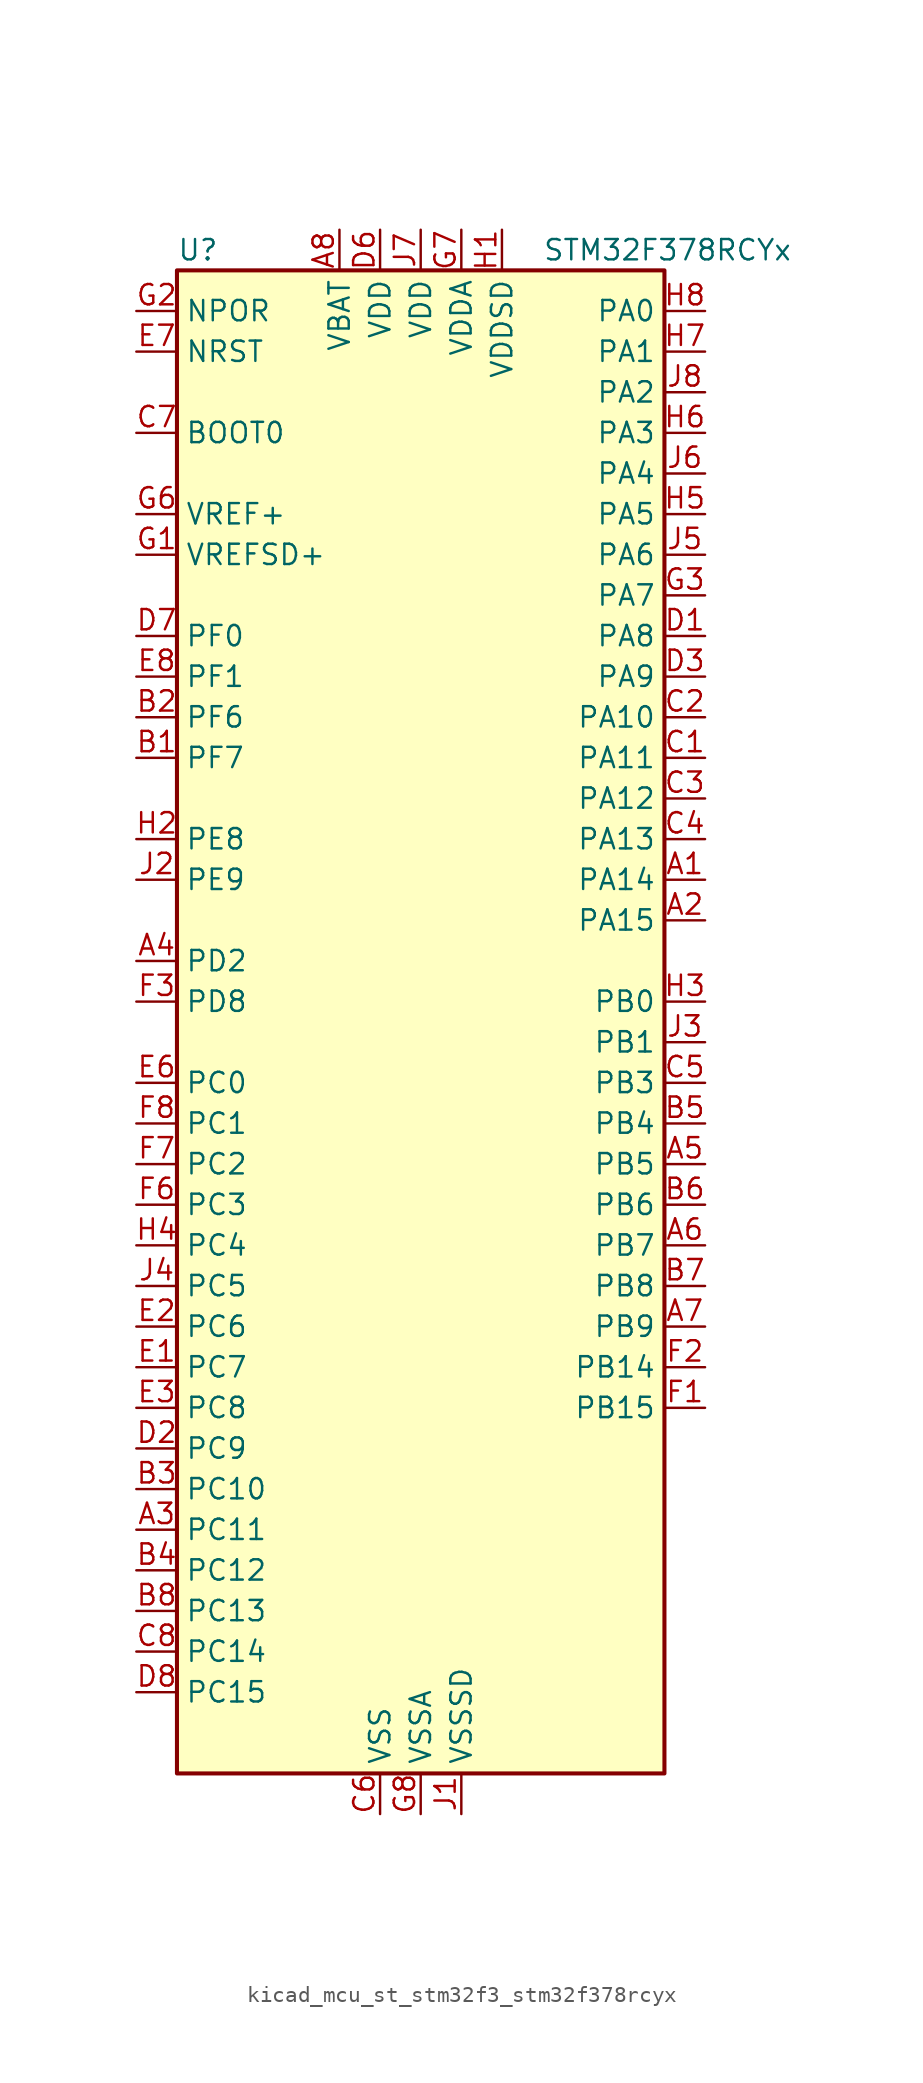
<source format=kicad_sym>
(kicad_symbol_lib
  (version 20220914)
  (generator kicad_symbol_editor)
  (symbol "kicad_mcu_st_stm32f3_stm32f378rcyx"
    (property "Reference" "U"
      (at -15.24 49.53 0)
      (effects (font (size 1.27 1.27)) (justify left)))
    (property "Value" "STM32F378RCYx"
      (at 7.62 49.53 0)
      (effects (font (size 1.27 1.27)) (justify left)))
    (property "ki_locked" ""
      (at 0 0 0)
      (effects (font (size 1.27 1.27))))
    (symbol "kicad_mcu_st_stm32f3_stm32f378rcyx_0_1"
      (rectangle (start -15.24 -45.72) (end 15.24 48.26) (stroke (width 0.254) (type default)) (fill (type background))))
    (symbol "kicad_mcu_st_stm32f3_stm32f378rcyx_1_1"
      (pin bidirectional line (at 17.78 10.16 180) (length 2.54) (name "PA14" (effects (font (size 1.27 1.27)))) (number "A1" (effects (font (size 1.27 1.27)))) (alternate "I2C1_SDA" bidirectional line) (alternate "SYS_JTCK-SWCLK" bidirectional line) (alternate "TIM12_CH1" bidirectional line) (alternate "TSC_G4_IO4" bidirectional line))
      (pin bidirectional line (at 17.78 7.62 180) (length 2.54) (name "PA15" (effects (font (size 1.27 1.27)))) (number "A2" (effects (font (size 1.27 1.27)))) (alternate "ADC1_EXTI15" bidirectional line) (alternate "I2C1_SCL" bidirectional line) (alternate "I2S1_WS" bidirectional line) (alternate "I2S3_WS" bidirectional line) (alternate "SDADC1_EXTI15" bidirectional line) (alternate "SDADC2_EXTI15" bidirectional line) (alternate "SDADC3_EXTI15" bidirectional line) (alternate "SPI1_NSS" bidirectional line) (alternate "SPI3_NSS" bidirectional line) (alternate "SYS_JTDI" bidirectional line) (alternate "TIM12_CH2" bidirectional line) (alternate "TIM2_CH1" bidirectional line) (alternate "TIM2_ETR" bidirectional line) (alternate "TSC_SYNC" bidirectional line))
      (pin bidirectional line (at -17.78 -30.48 0) (length 2.54) (name "PC11" (effects (font (size 1.27 1.27)))) (number "A3" (effects (font (size 1.27 1.27)))) (alternate "ADC1_EXTI11" bidirectional line) (alternate "I2S3_MCK" bidirectional line) (alternate "SDADC1_EXTI11" bidirectional line) (alternate "SDADC2_EXTI11" bidirectional line) (alternate "SDADC3_EXTI11" bidirectional line) (alternate "SPI3_MISO" bidirectional line) (alternate "TIM19_CH2" bidirectional line) (alternate "USART3_RX" bidirectional line))
      (pin bidirectional line (at -17.78 5.08 0) (length 2.54) (name "PD2" (effects (font (size 1.27 1.27)))) (number "A4" (effects (font (size 1.27 1.27)))) (alternate "TIM3_ETR" bidirectional line))
      (pin bidirectional line (at 17.78 -7.62 180) (length 2.54) (name "PB5" (effects (font (size 1.27 1.27)))) (number "A5" (effects (font (size 1.27 1.27)))) (alternate "I2C1_SMBA" bidirectional line) (alternate "I2S1_SD" bidirectional line) (alternate "I2S3_SD" bidirectional line) (alternate "SPI1_MOSI" bidirectional line) (alternate "SPI3_MOSI" bidirectional line) (alternate "TIM16_BKIN" bidirectional line) (alternate "TIM17_CH1" bidirectional line) (alternate "TIM19_ETR" bidirectional line) (alternate "TIM3_CH2" bidirectional line) (alternate "USART2_CK" bidirectional line))
      (pin bidirectional line (at 17.78 -12.7 180) (length 2.54) (name "PB7" (effects (font (size 1.27 1.27)))) (number "A6" (effects (font (size 1.27 1.27)))) (alternate "I2C1_SDA" bidirectional line) (alternate "TIM15_CH2" bidirectional line) (alternate "TIM17_CH1N" bidirectional line) (alternate "TIM19_CH2" bidirectional line) (alternate "TIM3_CH4" bidirectional line) (alternate "TIM4_CH2" bidirectional line) (alternate "TSC_G5_IO4" bidirectional line) (alternate "USART1_RX" bidirectional line))
      (pin bidirectional line (at 17.78 -17.78 180) (length 2.54) (name "PB9" (effects (font (size 1.27 1.27)))) (number "A7" (effects (font (size 1.27 1.27)))) (alternate "CAN_TX" bidirectional line) (alternate "COMP2_OUT" bidirectional line) (alternate "DAC1_EXTI9" bidirectional line) (alternate "DAC2_EXTI9" bidirectional line) (alternate "I2C1_SDA" bidirectional line) (alternate "I2S2_WS" bidirectional line) (alternate "IR_OUT" bidirectional line) (alternate "SPI2_NSS" bidirectional line) (alternate "TIM17_CH1" bidirectional line) (alternate "TIM19_CH4" bidirectional line) (alternate "TIM4_CH4" bidirectional line) (alternate "USART3_RX" bidirectional line))
      (pin power_in line (at -5.08 50.8 270) (length 2.54) (name "VBAT" (effects (font (size 1.27 1.27)))) (number "A8" (effects (font (size 1.27 1.27)))))
      (pin bidirectional line (at -17.78 17.78 0) (length 2.54) (name "PF7" (effects (font (size 1.27 1.27)))) (number "B1" (effects (font (size 1.27 1.27)))) (alternate "I2C2_SDA" bidirectional line) (alternate "USART2_CK" bidirectional line))
      (pin bidirectional line (at -17.78 20.32 0) (length 2.54) (name "PF6" (effects (font (size 1.27 1.27)))) (number "B2" (effects (font (size 1.27 1.27)))) (alternate "I2C2_SCL" bidirectional line) (alternate "I2S1_SD" bidirectional line) (alternate "SPI1_MOSI" bidirectional line) (alternate "TIM4_CH4" bidirectional line) (alternate "USART3_DE" bidirectional line) (alternate "USART3_RTS" bidirectional line))
      (pin bidirectional line (at -17.78 -27.94 0) (length 2.54) (name "PC10" (effects (font (size 1.27 1.27)))) (number "B3" (effects (font (size 1.27 1.27)))) (alternate "I2S3_CK" bidirectional line) (alternate "SPI3_SCK" bidirectional line) (alternate "TIM19_CH1" bidirectional line) (alternate "USART3_TX" bidirectional line))
      (pin bidirectional line (at -17.78 -33.02 0) (length 2.54) (name "PC12" (effects (font (size 1.27 1.27)))) (number "B4" (effects (font (size 1.27 1.27)))) (alternate "I2S3_SD" bidirectional line) (alternate "SPI3_MOSI" bidirectional line) (alternate "TIM19_CH3" bidirectional line) (alternate "USART3_CK" bidirectional line))
      (pin bidirectional line (at 17.78 -5.08 180) (length 2.54) (name "PB4" (effects (font (size 1.27 1.27)))) (number "B5" (effects (font (size 1.27 1.27)))) (alternate "I2S1_MCK" bidirectional line) (alternate "I2S3_MCK" bidirectional line) (alternate "SPI1_MISO" bidirectional line) (alternate "SPI3_MISO" bidirectional line) (alternate "SYS_NJTRST" bidirectional line) (alternate "TIM15_CH1N" bidirectional line) (alternate "TIM16_CH1" bidirectional line) (alternate "TIM17_BKIN" bidirectional line) (alternate "TIM3_CH1" bidirectional line) (alternate "TSC_G5_IO2" bidirectional line) (alternate "USART2_RX" bidirectional line))
      (pin bidirectional line (at 17.78 -10.16 180) (length 2.54) (name "PB6" (effects (font (size 1.27 1.27)))) (number "B6" (effects (font (size 1.27 1.27)))) (alternate "I2C1_SCL" bidirectional line) (alternate "TIM15_CH1" bidirectional line) (alternate "TIM16_CH1N" bidirectional line) (alternate "TIM19_CH1" bidirectional line) (alternate "TIM3_CH3" bidirectional line) (alternate "TIM4_CH1" bidirectional line) (alternate "TSC_G5_IO3" bidirectional line) (alternate "USART1_TX" bidirectional line))
      (pin bidirectional line (at 17.78 -15.24 180) (length 2.54) (name "PB8" (effects (font (size 1.27 1.27)))) (number "B7" (effects (font (size 1.27 1.27)))) (alternate "CAN_RX" bidirectional line) (alternate "CEC" bidirectional line) (alternate "COMP1_OUT" bidirectional line) (alternate "I2C1_SCL" bidirectional line) (alternate "I2S2_CK" bidirectional line) (alternate "SPI2_SCK" bidirectional line) (alternate "TIM16_CH1" bidirectional line) (alternate "TIM19_CH3" bidirectional line) (alternate "TIM4_CH3" bidirectional line) (alternate "TSC_SYNC" bidirectional line) (alternate "USART3_TX" bidirectional line))
      (pin bidirectional line (at -17.78 -35.56 0) (length 2.54) (name "PC13" (effects (font (size 1.27 1.27)))) (number "B8" (effects (font (size 1.27 1.27)))) (alternate "RTC_OUT_ALARM" bidirectional line) (alternate "RTC_OUT_CALIB" bidirectional line) (alternate "RTC_TAMP1" bidirectional line) (alternate "RTC_TS" bidirectional line) (alternate "SYS_WKUP2" bidirectional line))
      (pin bidirectional line (at 17.78 17.78 180) (length 2.54) (name "PA11" (effects (font (size 1.27 1.27)))) (number "C1" (effects (font (size 1.27 1.27)))) (alternate "ADC1_EXTI11" bidirectional line) (alternate "CAN_RX" bidirectional line) (alternate "COMP1_OUT" bidirectional line) (alternate "I2S1_WS" bidirectional line) (alternate "I2S2_WS" bidirectional line) (alternate "SDADC1_EXTI11" bidirectional line) (alternate "SDADC2_EXTI11" bidirectional line) (alternate "SDADC3_EXTI11" bidirectional line) (alternate "SPI1_NSS" bidirectional line) (alternate "SPI2_NSS" bidirectional line) (alternate "TIM4_CH1" bidirectional line) (alternate "TIM5_CH2" bidirectional line) (alternate "USART1_CTS" bidirectional line))
      (pin bidirectional line (at 17.78 20.32 180) (length 2.54) (name "PA10" (effects (font (size 1.27 1.27)))) (number "C2" (effects (font (size 1.27 1.27)))) (alternate "I2C2_SDA" bidirectional line) (alternate "I2S2_SD" bidirectional line) (alternate "SPI2_MOSI" bidirectional line) (alternate "TIM14_CH1" bidirectional line) (alternate "TIM17_BKIN" bidirectional line) (alternate "TIM2_CH4" bidirectional line) (alternate "TSC_G4_IO2" bidirectional line) (alternate "USART1_RX" bidirectional line))
      (pin bidirectional line (at 17.78 15.24 180) (length 2.54) (name "PA12" (effects (font (size 1.27 1.27)))) (number "C3" (effects (font (size 1.27 1.27)))) (alternate "CAN_TX" bidirectional line) (alternate "COMP2_OUT" bidirectional line) (alternate "I2S1_CK" bidirectional line) (alternate "SPI1_SCK" bidirectional line) (alternate "TIM16_CH1" bidirectional line) (alternate "TIM4_CH2" bidirectional line) (alternate "TIM5_CH3" bidirectional line) (alternate "USART1_DE" bidirectional line) (alternate "USART1_RTS" bidirectional line))
      (pin bidirectional line (at 17.78 12.7 180) (length 2.54) (name "PA13" (effects (font (size 1.27 1.27)))) (number "C4" (effects (font (size 1.27 1.27)))) (alternate "I2S1_MCK" bidirectional line) (alternate "IR_OUT" bidirectional line) (alternate "SPI1_MISO" bidirectional line) (alternate "SYS_JTMS-SWDIO" bidirectional line) (alternate "TIM16_CH1N" bidirectional line) (alternate "TIM4_CH3" bidirectional line) (alternate "TIM5_CH4" bidirectional line) (alternate "TSC_G4_IO3" bidirectional line) (alternate "USART3_CTS" bidirectional line))
      (pin bidirectional line (at 17.78 -2.54 180) (length 2.54) (name "PB3" (effects (font (size 1.27 1.27)))) (number "C5" (effects (font (size 1.27 1.27)))) (alternate "I2S1_CK" bidirectional line) (alternate "I2S3_CK" bidirectional line) (alternate "SPI1_SCK" bidirectional line) (alternate "SPI3_SCK" bidirectional line) (alternate "SYS_JTDO-TRACESWO" bidirectional line) (alternate "TIM13_CH1" bidirectional line) (alternate "TIM2_CH2" bidirectional line) (alternate "TIM3_ETR" bidirectional line) (alternate "TIM4_ETR" bidirectional line) (alternate "TSC_G5_IO1" bidirectional line) (alternate "USART2_TX" bidirectional line))
      (pin power_in line (at -2.54 -48.26 90) (length 2.54) (name "VSS" (effects (font (size 1.27 1.27)))) (number "C6" (effects (font (size 1.27 1.27)))))
      (pin input line (at -17.78 38.1 0) (length 2.54) (name "BOOT0" (effects (font (size 1.27 1.27)))) (number "C7" (effects (font (size 1.27 1.27)))))
      (pin bidirectional line (at -17.78 -38.1 0) (length 2.54) (name "PC14" (effects (font (size 1.27 1.27)))) (number "C8" (effects (font (size 1.27 1.27)))) (alternate "RCC_OSC32_IN" bidirectional line))
      (pin bidirectional line (at 17.78 25.4 180) (length 2.54) (name "PA8" (effects (font (size 1.27 1.27)))) (number "D1" (effects (font (size 1.27 1.27)))) (alternate "I2C2_SMBA" bidirectional line) (alternate "I2S2_CK" bidirectional line) (alternate "RCC_MCO" bidirectional line) (alternate "SPI2_SCK" bidirectional line) (alternate "TIM4_ETR" bidirectional line) (alternate "TIM5_CH1" bidirectional line) (alternate "TIM5_ETR" bidirectional line) (alternate "USART1_CK" bidirectional line))
      (pin bidirectional line (at -17.78 -25.4 0) (length 2.54) (name "PC9" (effects (font (size 1.27 1.27)))) (number "D2" (effects (font (size 1.27 1.27)))) (alternate "DAC1_EXTI9" bidirectional line) (alternate "DAC2_EXTI9" bidirectional line) (alternate "I2S1_SD" bidirectional line) (alternate "SPI1_MOSI" bidirectional line) (alternate "TIM3_CH4" bidirectional line))
      (pin bidirectional line (at 17.78 22.86 180) (length 2.54) (name "PA9" (effects (font (size 1.27 1.27)))) (number "D3" (effects (font (size 1.27 1.27)))) (alternate "DAC1_EXTI9" bidirectional line) (alternate "DAC2_EXTI9" bidirectional line) (alternate "I2C2_SCL" bidirectional line) (alternate "I2S2_MCK" bidirectional line) (alternate "SPI2_MISO" bidirectional line) (alternate "TIM13_CH1" bidirectional line) (alternate "TIM15_BKIN" bidirectional line) (alternate "TIM2_CH3" bidirectional line) (alternate "TSC_G4_IO1" bidirectional line) (alternate "USART1_TX" bidirectional line))
      (pin power_in line (at -2.54 50.8 270) (length 2.54) (name "VDD" (effects (font (size 1.27 1.27)))) (number "D6" (effects (font (size 1.27 1.27)))))
      (pin bidirectional line (at -17.78 25.4 0) (length 2.54) (name "PF0" (effects (font (size 1.27 1.27)))) (number "D7" (effects (font (size 1.27 1.27)))) (alternate "I2C2_SDA" bidirectional line) (alternate "RCC_OSC_IN" bidirectional line))
      (pin bidirectional line (at -17.78 -40.64 0) (length 2.54) (name "PC15" (effects (font (size 1.27 1.27)))) (number "D8" (effects (font (size 1.27 1.27)))) (alternate "ADC1_EXTI15" bidirectional line) (alternate "RCC_OSC32_OUT" bidirectional line) (alternate "SDADC1_EXTI15" bidirectional line) (alternate "SDADC2_EXTI15" bidirectional line) (alternate "SDADC3_EXTI15" bidirectional line))
      (pin bidirectional line (at -17.78 -20.32 0) (length 2.54) (name "PC7" (effects (font (size 1.27 1.27)))) (number "E1" (effects (font (size 1.27 1.27)))) (alternate "I2S1_CK" bidirectional line) (alternate "SPI1_SCK" bidirectional line) (alternate "TIM3_CH2" bidirectional line))
      (pin bidirectional line (at -17.78 -17.78 0) (length 2.54) (name "PC6" (effects (font (size 1.27 1.27)))) (number "E2" (effects (font (size 1.27 1.27)))) (alternate "I2S1_WS" bidirectional line) (alternate "SPI1_NSS" bidirectional line) (alternate "TIM3_CH1" bidirectional line))
      (pin bidirectional line (at -17.78 -22.86 0) (length 2.54) (name "PC8" (effects (font (size 1.27 1.27)))) (number "E3" (effects (font (size 1.27 1.27)))) (alternate "I2S1_MCK" bidirectional line) (alternate "SPI1_MISO" bidirectional line) (alternate "TIM3_CH3" bidirectional line))
      (pin bidirectional line (at -17.78 -2.54 0) (length 2.54) (name "PC0" (effects (font (size 1.27 1.27)))) (number "E6" (effects (font (size 1.27 1.27)))) (alternate "ADC1_IN10" bidirectional line) (alternate "TIM5_CH1" bidirectional line) (alternate "TIM5_ETR" bidirectional line))
      (pin input line (at -17.78 43.18 0) (length 2.54) (name "NRST" (effects (font (size 1.27 1.27)))) (number "E7" (effects (font (size 1.27 1.27)))))
      (pin bidirectional line (at -17.78 22.86 0) (length 2.54) (name "PF1" (effects (font (size 1.27 1.27)))) (number "E8" (effects (font (size 1.27 1.27)))) (alternate "I2C2_SCL" bidirectional line) (alternate "RCC_OSC_OUT" bidirectional line))
      (pin bidirectional line (at 17.78 -22.86 180) (length 2.54) (name "PB15" (effects (font (size 1.27 1.27)))) (number "F1" (effects (font (size 1.27 1.27)))) (alternate "ADC1_EXTI15" bidirectional line) (alternate "I2S2_SD" bidirectional line) (alternate "RTC_REFIN" bidirectional line) (alternate "SDADC1_EXTI15" bidirectional line) (alternate "SDADC2_EXTI15" bidirectional line) (alternate "SDADC3_AIN7P" bidirectional line) (alternate "SDADC3_AIN8M" bidirectional line) (alternate "SDADC3_EXTI15" bidirectional line) (alternate "SPI2_MOSI" bidirectional line) (alternate "TIM12_CH2" bidirectional line) (alternate "TIM15_CH1N" bidirectional line) (alternate "TIM15_CH2" bidirectional line) (alternate "TSC_G6_IO2" bidirectional line))
      (pin bidirectional line (at 17.78 -20.32 180) (length 2.54) (name "PB14" (effects (font (size 1.27 1.27)))) (number "F2" (effects (font (size 1.27 1.27)))) (alternate "I2S2_MCK" bidirectional line) (alternate "SDADC3_AIN8P" bidirectional line) (alternate "SPI2_MISO" bidirectional line) (alternate "TIM12_CH1" bidirectional line) (alternate "TIM15_CH1" bidirectional line) (alternate "TSC_G6_IO1" bidirectional line) (alternate "USART3_DE" bidirectional line) (alternate "USART3_RTS" bidirectional line))
      (pin bidirectional line (at -17.78 2.54 0) (length 2.54) (name "PD8" (effects (font (size 1.27 1.27)))) (number "F3" (effects (font (size 1.27 1.27)))) (alternate "I2S2_CK" bidirectional line) (alternate "SDADC3_AIN6P" bidirectional line) (alternate "SPI2_SCK" bidirectional line) (alternate "TSC_G6_IO3" bidirectional line) (alternate "USART3_TX" bidirectional line))
      (pin bidirectional line (at -17.78 -10.16 0) (length 2.54) (name "PC3" (effects (font (size 1.27 1.27)))) (number "F6" (effects (font (size 1.27 1.27)))) (alternate "ADC1_IN13" bidirectional line) (alternate "I2S2_SD" bidirectional line) (alternate "SPI2_MOSI" bidirectional line) (alternate "TIM5_CH4" bidirectional line))
      (pin bidirectional line (at -17.78 -7.62 0) (length 2.54) (name "PC2" (effects (font (size 1.27 1.27)))) (number "F7" (effects (font (size 1.27 1.27)))) (alternate "ADC1_IN12" bidirectional line) (alternate "I2S2_MCK" bidirectional line) (alternate "SPI2_MISO" bidirectional line) (alternate "TIM5_CH3" bidirectional line))
      (pin bidirectional line (at -17.78 -5.08 0) (length 2.54) (name "PC1" (effects (font (size 1.27 1.27)))) (number "F8" (effects (font (size 1.27 1.27)))) (alternate "ADC1_IN11" bidirectional line) (alternate "TIM5_CH2" bidirectional line))
      (pin input line (at -17.78 30.48 0) (length 2.54) (name "VREFSD+" (effects (font (size 1.27 1.27)))) (number "G1" (effects (font (size 1.27 1.27)))))
      (pin input line (at -17.78 45.72 0) (length 2.54) (name "NPOR" (effects (font (size 1.27 1.27)))) (number "G2" (effects (font (size 1.27 1.27)))))
      (pin bidirectional line (at 17.78 27.94 180) (length 2.54) (name "PA7" (effects (font (size 1.27 1.27)))) (number "G3" (effects (font (size 1.27 1.27)))) (alternate "ADC1_IN7" bidirectional line) (alternate "COMP2_OUT" bidirectional line) (alternate "I2S1_SD" bidirectional line) (alternate "SPI1_MOSI" bidirectional line) (alternate "TIM14_CH1" bidirectional line) (alternate "TIM17_CH1" bidirectional line) (alternate "TIM3_CH2" bidirectional line) (alternate "TSC_G2_IO4" bidirectional line))
      (pin passive line (at -2.54 -48.26 90) (length 2.54) hide (name "VSS" (effects (font (size 1.27 1.27)))) (number "G4" (effects (font (size 1.27 1.27)))))
      (pin passive line (at -2.54 -48.26 90) (length 2.54) hide (name "VSS" (effects (font (size 1.27 1.27)))) (number "G5" (effects (font (size 1.27 1.27)))))
      (pin input line (at -17.78 33.02 0) (length 2.54) (name "VREF+" (effects (font (size 1.27 1.27)))) (number "G6" (effects (font (size 1.27 1.27)))))
      (pin power_in line (at 2.54 50.8 270) (length 2.54) (name "VDDA" (effects (font (size 1.27 1.27)))) (number "G7" (effects (font (size 1.27 1.27)))))
      (pin power_in line (at 0 -48.26 90) (length 2.54) (name "VSSA" (effects (font (size 1.27 1.27)))) (number "G8" (effects (font (size 1.27 1.27)))))
      (pin power_in line (at 5.08 50.8 270) (length 2.54) (name "VDDSD" (effects (font (size 1.27 1.27)))) (number "H1" (effects (font (size 1.27 1.27)))))
      (pin bidirectional line (at -17.78 12.7 0) (length 2.54) (name "PE8" (effects (font (size 1.27 1.27)))) (number "H2" (effects (font (size 1.27 1.27)))) (alternate "SDADC1_AIN8P" bidirectional line) (alternate "SDADC2_AIN8P" bidirectional line))
      (pin bidirectional line (at 17.78 2.54 180) (length 2.54) (name "PB0" (effects (font (size 1.27 1.27)))) (number "H3" (effects (font (size 1.27 1.27)))) (alternate "ADC1_IN8" bidirectional line) (alternate "I2S1_SD" bidirectional line) (alternate "SDADC1_AIN6P" bidirectional line) (alternate "SPI1_MOSI" bidirectional line) (alternate "TIM3_CH2" bidirectional line) (alternate "TIM3_CH3" bidirectional line) (alternate "TSC_G3_IO3" bidirectional line))
      (pin bidirectional line (at -17.78 -12.7 0) (length 2.54) (name "PC4" (effects (font (size 1.27 1.27)))) (number "H4" (effects (font (size 1.27 1.27)))) (alternate "ADC1_IN14" bidirectional line) (alternate "TIM13_CH1" bidirectional line) (alternate "TSC_G3_IO1" bidirectional line) (alternate "USART1_TX" bidirectional line))
      (pin bidirectional line (at 17.78 33.02 180) (length 2.54) (name "PA5" (effects (font (size 1.27 1.27)))) (number "H5" (effects (font (size 1.27 1.27)))) (alternate "ADC1_IN5" bidirectional line) (alternate "CEC" bidirectional line) (alternate "DAC1_OUT2" bidirectional line) (alternate "I2S1_CK" bidirectional line) (alternate "SPI1_SCK" bidirectional line) (alternate "TIM12_CH2" bidirectional line) (alternate "TIM14_CH1" bidirectional line) (alternate "TIM2_CH1" bidirectional line) (alternate "TIM2_ETR" bidirectional line) (alternate "TSC_G2_IO2" bidirectional line))
      (pin bidirectional line (at 17.78 38.1 180) (length 2.54) (name "PA3" (effects (font (size 1.27 1.27)))) (number "H6" (effects (font (size 1.27 1.27)))) (alternate "ADC1_IN3" bidirectional line) (alternate "COMP2_INP" bidirectional line) (alternate "I2S3_SD" bidirectional line) (alternate "SPI3_MOSI" bidirectional line) (alternate "TIM15_CH2" bidirectional line) (alternate "TIM19_CH4" bidirectional line) (alternate "TIM2_CH4" bidirectional line) (alternate "TIM5_CH4" bidirectional line) (alternate "TSC_G1_IO4" bidirectional line) (alternate "USART2_RX" bidirectional line))
      (pin bidirectional line (at 17.78 43.18 180) (length 2.54) (name "PA1" (effects (font (size 1.27 1.27)))) (number "H7" (effects (font (size 1.27 1.27)))) (alternate "ADC1_IN1" bidirectional line) (alternate "COMP1_INP" bidirectional line) (alternate "I2S3_CK" bidirectional line) (alternate "RTC_REFIN" bidirectional line) (alternate "SPI3_SCK" bidirectional line) (alternate "TIM15_CH1N" bidirectional line) (alternate "TIM19_CH2" bidirectional line) (alternate "TIM2_CH2" bidirectional line) (alternate "TIM5_CH2" bidirectional line) (alternate "TSC_G1_IO2" bidirectional line) (alternate "USART2_DE" bidirectional line) (alternate "USART2_RTS" bidirectional line))
      (pin bidirectional line (at 17.78 45.72 180) (length 2.54) (name "PA0" (effects (font (size 1.27 1.27)))) (number "H8" (effects (font (size 1.27 1.27)))) (alternate "ADC1_IN0" bidirectional line) (alternate "COMP1_INM" bidirectional line) (alternate "COMP1_OUT" bidirectional line) (alternate "RTC_TAMP2" bidirectional line) (alternate "SYS_WKUP1" bidirectional line) (alternate "TIM19_CH1" bidirectional line) (alternate "TIM2_CH1" bidirectional line) (alternate "TIM2_ETR" bidirectional line) (alternate "TIM5_CH1" bidirectional line) (alternate "TIM5_ETR" bidirectional line) (alternate "TSC_G1_IO1" bidirectional line) (alternate "USART2_CTS" bidirectional line))
      (pin power_in line (at 2.54 -48.26 90) (length 2.54) (name "VSSSD" (effects (font (size 1.27 1.27)))) (number "J1" (effects (font (size 1.27 1.27)))))
      (pin bidirectional line (at -17.78 10.16 0) (length 2.54) (name "PE9" (effects (font (size 1.27 1.27)))) (number "J2" (effects (font (size 1.27 1.27)))) (alternate "DAC1_EXTI9" bidirectional line) (alternate "DAC2_EXTI9" bidirectional line) (alternate "SDADC1_AIN7P" bidirectional line) (alternate "SDADC1_AIN8M" bidirectional line) (alternate "SDADC2_AIN7P" bidirectional line) (alternate "SDADC2_AIN8M" bidirectional line))
      (pin bidirectional line (at 17.78 0 180) (length 2.54) (name "PB1" (effects (font (size 1.27 1.27)))) (number "J3" (effects (font (size 1.27 1.27)))) (alternate "ADC1_IN9" bidirectional line) (alternate "SDADC1_AIN5P" bidirectional line) (alternate "SDADC1_AIN6M" bidirectional line) (alternate "TIM3_CH4" bidirectional line) (alternate "TSC_G3_IO4" bidirectional line))
      (pin bidirectional line (at -17.78 -15.24 0) (length 2.54) (name "PC5" (effects (font (size 1.27 1.27)))) (number "J4" (effects (font (size 1.27 1.27)))) (alternate "ADC1_IN15" bidirectional line) (alternate "TSC_G3_IO2" bidirectional line) (alternate "USART1_RX" bidirectional line))
      (pin bidirectional line (at 17.78 30.48 180) (length 2.54) (name "PA6" (effects (font (size 1.27 1.27)))) (number "J5" (effects (font (size 1.27 1.27)))) (alternate "ADC1_IN6" bidirectional line) (alternate "COMP1_OUT" bidirectional line) (alternate "DAC2_OUT1" bidirectional line) (alternate "I2S1_MCK" bidirectional line) (alternate "SPI1_MISO" bidirectional line) (alternate "TIM13_CH1" bidirectional line) (alternate "TIM16_CH1" bidirectional line) (alternate "TIM3_CH1" bidirectional line) (alternate "TSC_G2_IO3" bidirectional line))
      (pin bidirectional line (at 17.78 35.56 180) (length 2.54) (name "PA4" (effects (font (size 1.27 1.27)))) (number "J6" (effects (font (size 1.27 1.27)))) (alternate "ADC1_IN4" bidirectional line) (alternate "DAC1_OUT1" bidirectional line) (alternate "I2S1_WS" bidirectional line) (alternate "I2S3_WS" bidirectional line) (alternate "SPI1_NSS" bidirectional line) (alternate "SPI3_NSS" bidirectional line) (alternate "TIM12_CH1" bidirectional line) (alternate "TIM3_CH2" bidirectional line) (alternate "TSC_G2_IO1" bidirectional line) (alternate "USART2_CK" bidirectional line))
      (pin power_in line (at 0 50.8 270) (length 2.54) (name "VDD" (effects (font (size 1.27 1.27)))) (number "J7" (effects (font (size 1.27 1.27)))))
      (pin bidirectional line (at 17.78 40.64 180) (length 2.54) (name "PA2" (effects (font (size 1.27 1.27)))) (number "J8" (effects (font (size 1.27 1.27)))) (alternate "ADC1_IN2" bidirectional line) (alternate "COMP2_INM" bidirectional line) (alternate "COMP2_OUT" bidirectional line) (alternate "I2S3_MCK" bidirectional line) (alternate "SPI3_MISO" bidirectional line) (alternate "TIM15_CH1" bidirectional line) (alternate "TIM19_CH3" bidirectional line) (alternate "TIM2_CH3" bidirectional line) (alternate "TIM5_CH3" bidirectional line) (alternate "TSC_G1_IO3" bidirectional line) (alternate "USART2_TX" bidirectional line)))))
</source>
